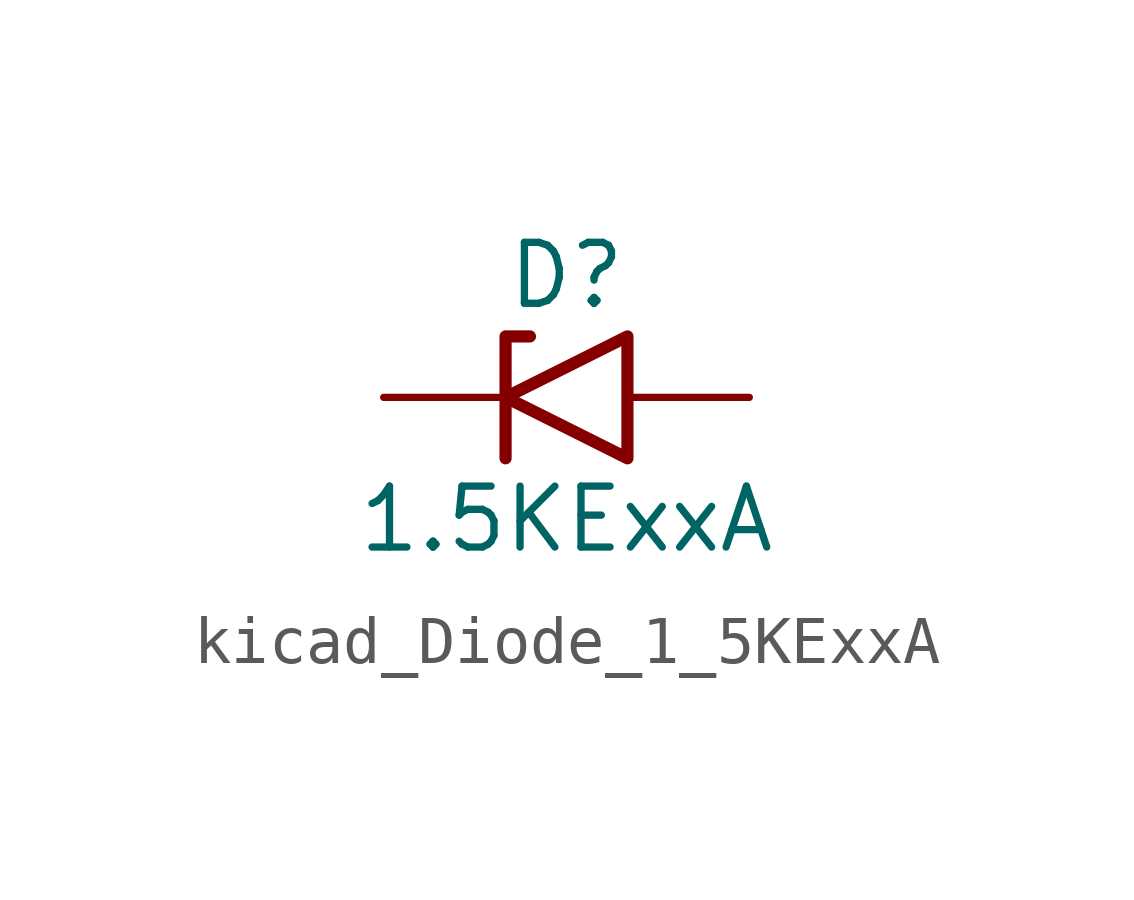
<source format=kicad_sym>
(kicad_symbol_lib
  (version 20220914)
  (generator kicad_symbol_editor)
  (symbol "kicad_Diode_1_5KExxA"
    (pin_numbers hide)
    (pin_names
      (offset 1.016) hide)
    (property "Reference" "D"
      (at 0 2.54 0)
      (effects (font (size 1.27 1.27))))
    (property "Value" "1.5KExxA"
      (at 0 -2.54 0)
      (effects (font (size 1.27 1.27))))
    (symbol "kicad_Diode_1_5KExxA_0_1"
      (polyline (pts (xy -0.762 1.27) (xy -1.27 1.27) (xy -1.27 -1.27)) (stroke (width 0.254) (type default)) (fill (type none)))
      (polyline (pts (xy 1.27 1.27) (xy 1.27 -1.27) (xy -1.27 0) (xy 1.27 1.27)) (stroke (width 0.254) (type default)) (fill (type none))))
    (symbol "kicad_Diode_1_5KExxA_1_1"
      (pin passive line (at -3.81 0 0) (length 2.54) (name "A1" (effects (font (size 1.27 1.27)))) (number "1" (effects (font (size 1.27 1.27)))))
      (pin passive line (at 3.81 0 180) (length 2.54) (name "A2" (effects (font (size 1.27 1.27)))) (number "2" (effects (font (size 1.27 1.27))))))))
</source>
